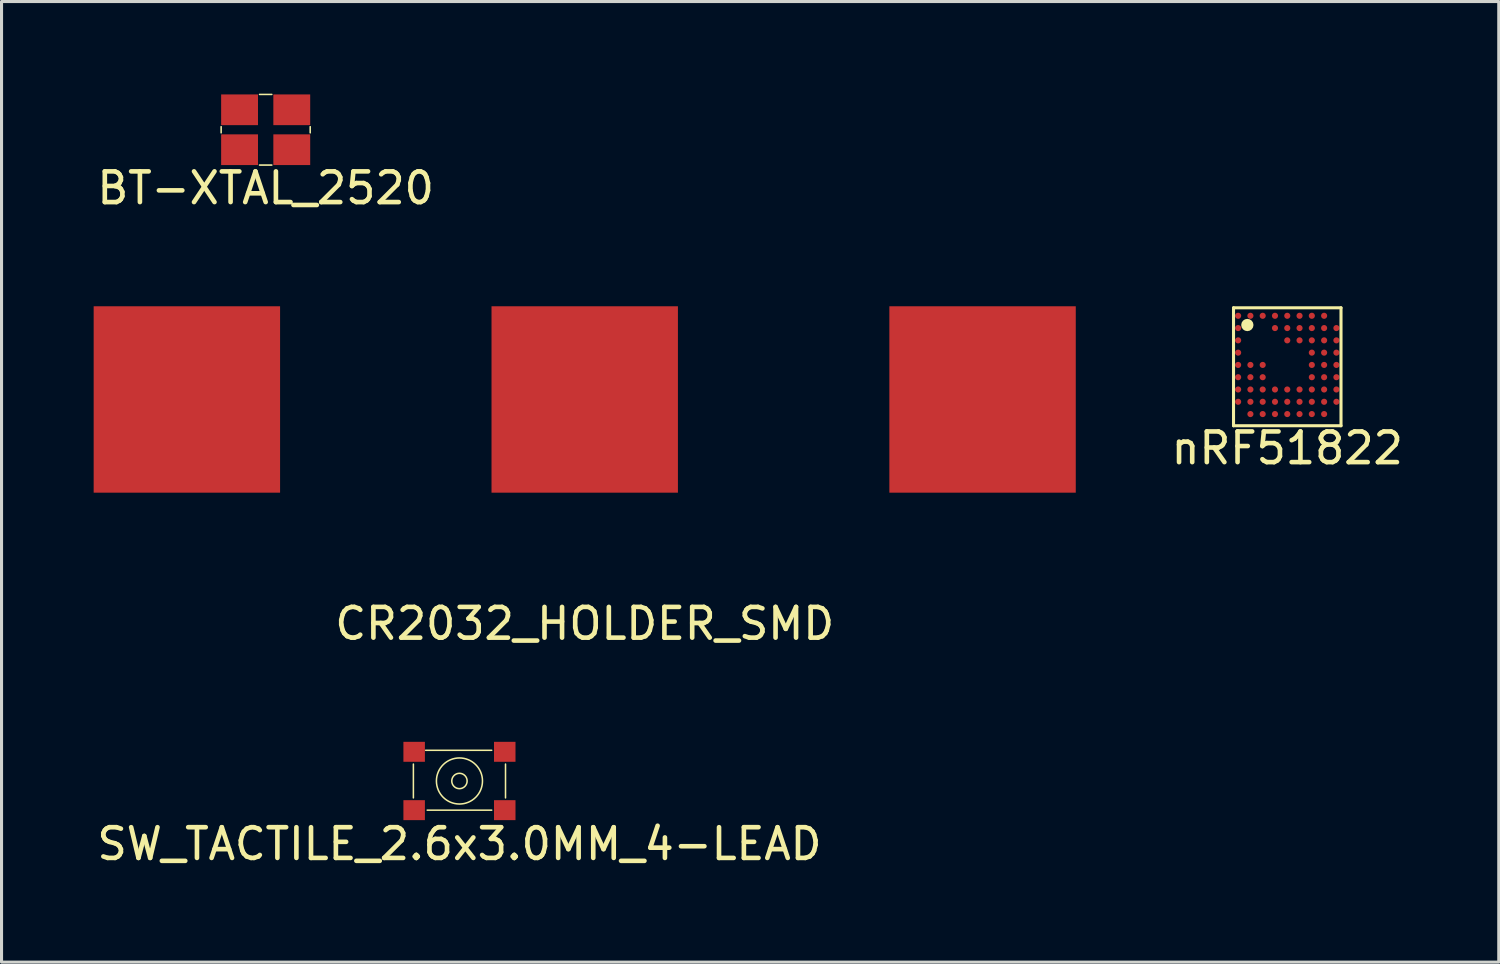
<source format=kicad_pcb>
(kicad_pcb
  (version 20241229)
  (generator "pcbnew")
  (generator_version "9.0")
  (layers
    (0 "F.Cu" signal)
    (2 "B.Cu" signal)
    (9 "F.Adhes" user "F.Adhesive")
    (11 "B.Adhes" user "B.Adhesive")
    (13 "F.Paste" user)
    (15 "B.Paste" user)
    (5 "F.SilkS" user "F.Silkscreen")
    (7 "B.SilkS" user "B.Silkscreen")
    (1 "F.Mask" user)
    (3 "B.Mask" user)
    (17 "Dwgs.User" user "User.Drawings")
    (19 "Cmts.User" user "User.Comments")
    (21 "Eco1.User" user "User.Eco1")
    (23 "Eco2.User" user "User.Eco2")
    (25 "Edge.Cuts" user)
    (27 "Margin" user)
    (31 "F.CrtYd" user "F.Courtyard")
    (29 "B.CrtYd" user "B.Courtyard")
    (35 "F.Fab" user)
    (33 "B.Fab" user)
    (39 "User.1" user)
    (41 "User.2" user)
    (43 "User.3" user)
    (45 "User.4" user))
  (footprint "BT-XTAL_2520"
    (layer "F.Cu")
    (at 5.601 1.175)
    (property "Reference" "BT-XTAL_2520" (at 0 1.9 0) (layer "F.SilkS") (effects (font (size 1 1) (thickness 0.15))))
    (attr through_hole)
    (fp_line (start -1.45 0.1) (end -1.45 -0.1) (stroke (width 0.05) (type solid)) (layer "F.SilkS"))
    (fp_line (start -0.2 -1.15) (end 0.2 -1.15) (stroke (width 0.05) (type solid)) (layer "F.SilkS"))
    (fp_line (start -0.2 1.15) (end 0.2 1.15) (stroke (width 0.05) (type solid)) (layer "F.SilkS"))
    (fp_line (start 1.45 0.1) (end 1.45 -0.1) (stroke (width 0.05) (type solid)) (layer "F.SilkS"))
    (pad "1" smd rect (at -0.85 0.65) (size 1.2 1) (layers "F.Cu" "F.Mask" "F.Paste"))
    (pad "2" smd rect (at 0.85 0.65) (size 1.2 1) (layers "F.Cu" "F.Mask" "F.Paste"))
    (pad "3" smd rect (at 0.85 -0.65) (size 1.2 1) (layers "F.Cu" "F.Mask" "F.Paste"))
    (pad "4" smd rect (at -0.85 -0.65) (size 1.2 1) (layers "F.Cu" "F.Mask" "F.Paste")))
  (footprint "CR2032_HOLDER_SMD"
    (layer "F.Cu")
    (at 15.99 9.958)
    (property "Reference" "CR2032_HOLDER_SMD" (at 0 7.3 0) (layer "F.SilkS") (effects (font (size 1 1) (thickness 0.15))))
    (attr through_hole)
    (pad "1" smd rect (at -12.955 0) (size 6.07 6.07) (layers "F.Cu" "F.Mask" "F.Paste"))
    (pad "1" smd rect (at 12.955 0) (size 6.07 6.07) (layers "F.Cu" "F.Mask" "F.Paste"))
    (pad "2" smd rect (at 0 0) (size 6.07 6.07) (layers "F.Cu" "F.Mask" "F.Paste")))
  (footprint "nRF51822"
    (layer "F.Cu")
    (at 38.867 8.893)
    (property "Reference" "nRF51822" (at 0 2.65 0) (layer "F.SilkS") (effects (font (size 1 1) (thickness 0.15))))
    (attr through_hole)
    (fp_line (start -1.75 1.92) (end -1.75 -1.92) (stroke (width 0.1) (type solid)) (layer "F.SilkS"))
    (fp_line (start 1.75 -1.92) (end -1.75 -1.92) (stroke (width 0.1) (type solid)) (layer "F.SilkS"))
    (fp_line (start 1.75 -1.92) (end 1.75 1.92) (stroke (width 0.1) (type solid)) (layer "F.SilkS"))
    (fp_line (start 1.75 1.92) (end -1.75 1.92) (stroke (width 0.1) (type solid)) (layer "F.SilkS"))
    (fp_circle (center -1.3 -1.36) (end -1.3 -1.26) (stroke (width 0.2) (type solid)) (fill no) (layer "F.SilkS"))
    (pad "A1" smd circle (at -1.6 -1.66 90) (size 0.2 0.2) (layers "F.Cu" "F.Mask" "F.Paste"))
    (pad "A2" smd circle (at -1.2 -1.66 90) (size 0.2 0.2) (layers "F.Cu" "F.Mask" "F.Paste"))
    (pad "A3" smd circle (at -0.8 -1.66 90) (size 0.2 0.2) (layers "F.Cu" "F.Mask" "F.Paste"))
    (pad "A4" smd circle (at -0.4 -1.66 90) (size 0.2 0.2) (layers "F.Cu" "F.Mask" "F.Paste"))
    (pad "A5" smd circle (at 0 -1.66 90) (size 0.2 0.2) (layers "F.Cu" "F.Mask" "F.Paste"))
    (pad "A6" smd circle (at 0.4 -1.66 90) (size 0.2 0.2) (layers "F.Cu" "F.Mask" "F.Paste"))
    (pad "A7" smd circle (at 0.8 -1.66 90) (size 0.2 0.2) (layers "F.Cu" "F.Mask" "F.Paste"))
    (pad "A8" smd circle (at 1.2 -1.66 90) (size 0.2 0.2) (layers "F.Cu" "F.Mask" "F.Paste"))
    (pad "B1" smd circle (at -1.6 -1.26 90) (size 0.2 0.2) (layers "F.Cu" "F.Mask" "F.Paste"))
    (pad "B4" smd circle (at -0.4 -1.26 90) (size 0.2 0.2) (layers "F.Cu" "F.Mask" "F.Paste"))
    (pad "B5" smd circle (at 0 -1.26 90) (size 0.2 0.2) (layers "F.Cu" "F.Mask" "F.Paste"))
    (pad "B6" smd circle (at 0.4 -1.26 90) (size 0.2 0.2) (layers "F.Cu" "F.Mask" "F.Paste"))
    (pad "B7" smd circle (at 0.8 -1.26 90) (size 0.2 0.2) (layers "F.Cu" "F.Mask" "F.Paste"))
    (pad "B8" smd circle (at 1.2 -1.26 90) (size 0.2 0.2) (layers "F.Cu" "F.Mask" "F.Paste"))
    (pad "B9" smd circle (at 1.6 -1.26 90) (size 0.2 0.2) (layers "F.Cu" "F.Mask" "F.Paste"))
    (pad "C1" smd circle (at -1.6 -0.86 90) (size 0.2 0.2) (layers "F.Cu" "F.Mask" "F.Paste"))
    (pad "C5" smd circle (at 0 -0.86 90) (size 0.2 0.2) (layers "F.Cu" "F.Mask" "F.Paste"))
    (pad "C6" smd circle (at 0.4 -0.86 90) (size 0.2 0.2) (layers "F.Cu" "F.Mask" "F.Paste"))
    (pad "C7" smd circle (at 0.8 -0.86 90) (size 0.2 0.2) (layers "F.Cu" "F.Mask" "F.Paste"))
    (pad "C8" smd circle (at 1.2 -0.86 90) (size 0.2 0.2) (layers "F.Cu" "F.Mask" "F.Paste"))
    (pad "C9" smd circle (at 1.6 -0.86 90) (size 0.2 0.2) (layers "F.Cu" "F.Mask" "F.Paste"))
    (pad "D1" smd circle (at -1.6 -0.46 90) (size 0.2 0.2) (layers "F.Cu" "F.Mask" "F.Paste"))
    (pad "D7" smd circle (at 0.8 -0.46 90) (size 0.2 0.2) (layers "F.Cu" "F.Mask" "F.Paste"))
    (pad "D8" smd circle (at 1.2 -0.46 90) (size 0.2 0.2) (layers "F.Cu" "F.Mask" "F.Paste"))
    (pad "D9" smd circle (at 1.6 -0.46 90) (size 0.2 0.2) (layers "F.Cu" "F.Mask" "F.Paste"))
    (pad "E1" smd circle (at -1.6 -0.06 90) (size 0.2 0.2) (layers "F.Cu" "F.Mask" "F.Paste"))
    (pad "E2" smd circle (at -1.2 -0.06 90) (size 0.2 0.2) (layers "F.Cu" "F.Mask" "F.Paste"))
    (pad "E3" smd circle (at -0.8 -0.06 90) (size 0.2 0.2) (layers "F.Cu" "F.Mask" "F.Paste"))
    (pad "E7" smd circle (at 0.8 -0.06 90) (size 0.2 0.2) (layers "F.Cu" "F.Mask" "F.Paste"))
    (pad "E8" smd circle (at 1.2 -0.06 90) (size 0.2 0.2) (layers "F.Cu" "F.Mask" "F.Paste"))
    (pad "E9" smd circle (at 1.6 -0.06 90) (size 0.2 0.2) (layers "F.Cu" "F.Mask" "F.Paste"))
    (pad "F1" smd circle (at -1.6 0.34 90) (size 0.2 0.2) (layers "F.Cu" "F.Mask" "F.Paste"))
    (pad "F2" smd circle (at -1.2 0.34 90) (size 0.2 0.2) (layers "F.Cu" "F.Mask" "F.Paste"))
    (pad "F3" smd circle (at -0.8 0.34 90) (size 0.2 0.2) (layers "F.Cu" "F.Mask" "F.Paste"))
    (pad "F7" smd circle (at 0.8 0.34 90) (size 0.2 0.2) (layers "F.Cu" "F.Mask" "F.Paste"))
    (pad "F8" smd circle (at 1.2 0.34 90) (size 0.2 0.2) (layers "F.Cu" "F.Mask" "F.Paste"))
    (pad "F9" smd circle (at 1.6 0.34 90) (size 0.2 0.2) (layers "F.Cu" "F.Mask" "F.Paste"))
    (pad "G1" smd circle (at -1.6 0.74 90) (size 0.2 0.2) (layers "F.Cu" "F.Mask" "F.Paste"))
    (pad "G2" smd circle (at -1.2 0.74 90) (size 0.2 0.2) (layers "F.Cu" "F.Mask" "F.Paste"))
    (pad "G3" smd circle (at -0.8 0.74 90) (size 0.2 0.2) (layers "F.Cu" "F.Mask" "F.Paste"))
    (pad "G4" smd circle (at -0.4 0.74 90) (size 0.2 0.2) (layers "F.Cu" "F.Mask" "F.Paste"))
    (pad "G5" smd circle (at 0 0.74 90) (size 0.2 0.2) (layers "F.Cu" "F.Mask" "F.Paste"))
    (pad "G6" smd circle (at 0.4 0.74 90) (size 0.2 0.2) (layers "F.Cu" "F.Mask" "F.Paste"))
    (pad "G7" smd circle (at 0.8 0.74 90) (size 0.2 0.2) (layers "F.Cu" "F.Mask" "F.Paste"))
    (pad "G8" smd circle (at 1.2 0.74 90) (size 0.2 0.2) (layers "F.Cu" "F.Mask" "F.Paste"))
    (pad "G9" smd circle (at 1.6 0.74 90) (size 0.2 0.2) (layers "F.Cu" "F.Mask" "F.Paste"))
    (pad "H1" smd circle (at -1.6 1.14 90) (size 0.2 0.2) (layers "F.Cu" "F.Mask" "F.Paste"))
    (pad "H2" smd circle (at -1.2 1.14 90) (size 0.2 0.2) (layers "F.Cu" "F.Mask" "F.Paste"))
    (pad "H3" smd circle (at -0.8 1.14 90) (size 0.2 0.2) (layers "F.Cu" "F.Mask" "F.Paste"))
    (pad "H4" smd circle (at -0.4 1.14 90) (size 0.2 0.2) (layers "F.Cu" "F.Mask" "F.Paste"))
    (pad "H5" smd circle (at 0 1.14 90) (size 0.2 0.2) (layers "F.Cu" "F.Mask" "F.Paste"))
    (pad "H6" smd circle (at 0.4 1.14 90) (size 0.2 0.2) (layers "F.Cu" "F.Mask" "F.Paste"))
    (pad "H7" smd circle (at 0.8 1.14 90) (size 0.2 0.2) (layers "F.Cu" "F.Mask" "F.Paste"))
    (pad "H8" smd circle (at 1.2 1.14 90) (size 0.2 0.2) (layers "F.Cu" "F.Mask" "F.Paste"))
    (pad "H9" smd circle (at 1.6 1.14 90) (size 0.2 0.2) (layers "F.Cu" "F.Mask" "F.Paste"))
    (pad "J2" smd circle (at -1.2 1.54 90) (size 0.2 0.2) (layers "F.Cu" "F.Mask" "F.Paste"))
    (pad "J3" smd circle (at -0.8 1.54 90) (size 0.2 0.2) (layers "F.Cu" "F.Mask" "F.Paste"))
    (pad "J4" smd circle (at -0.4 1.54 90) (size 0.2 0.2) (layers "F.Cu" "F.Mask" "F.Paste"))
    (pad "J5" smd circle (at 0 1.54 90) (size 0.2 0.2) (layers "F.Cu" "F.Mask" "F.Paste"))
    (pad "J6" smd circle (at 0.4 1.54 90) (size 0.2 0.2) (layers "F.Cu" "F.Mask" "F.Paste"))
    (pad "J7" smd circle (at 0.8 1.54 90) (size 0.2 0.2) (layers "F.Cu" "F.Mask" "F.Paste"))
    (pad "J8" smd circle (at 1.2 1.54 90) (size 0.2 0.2) (layers "F.Cu" "F.Mask" "F.Paste")))
  (footprint "SW_TACTILE_2.6x3.0MM_4-LEAD"
    (layer "F.Cu")
    (at 11.911 22.381)
    (property "Reference" "SW_TACTILE_2.6x3.0MM_4-LEAD" (at 0 2.05 0) (layer "F.SilkS") (effects (font (size 1 1) (thickness 0.15))))
    (attr through_hole)
    (fp_line (start -1.5 0.55) (end -1.5 -0.55) (stroke (width 0.05) (type solid)) (layer "F.SilkS"))
    (fp_line (start -1.1 -1) (end 1.05 -1) (stroke (width 0.05) (type solid)) (layer "F.SilkS"))
    (fp_line (start 1.05 0.95) (end -1.05 0.95) (stroke (width 0.05) (type solid)) (layer "F.SilkS"))
    (fp_line (start 1.5 -0.55) (end 1.5 0.55) (stroke (width 0.05) (type solid)) (layer "F.SilkS"))
    (fp_circle (center 0 0) (end 0.25 0) (stroke (width 0.05) (type solid)) (fill no) (layer "F.SilkS"))
    (fp_circle (center 0 0) (end 0.75 0) (stroke (width 0.05) (type solid)) (fill no) (layer "F.SilkS"))
    (pad "1" smd rect (at -1.475 0.95 90) (size 0.65 0.7) (layers "F.Cu" "F.Mask" "F.Paste"))
    (pad "1" smd rect (at 1.475 0.95 90) (size 0.65 0.7) (layers "F.Cu" "F.Mask" "F.Paste"))
    (pad "2" smd rect (at -1.475 -0.95 90) (size 0.65 0.7) (layers "F.Cu" "F.Mask" "F.Paste"))
    (pad "2" smd rect (at 1.475 -0.95 90) (size 0.65 0.7) (layers "F.Cu" "F.Mask" "F.Paste")))
  (gr_rect
    (start -3 -3)
    (end 45.754 28.28)
    (stroke (width 0.1) (type default))
    (fill no)
    (layer "Edge.Cuts")))
</source>
